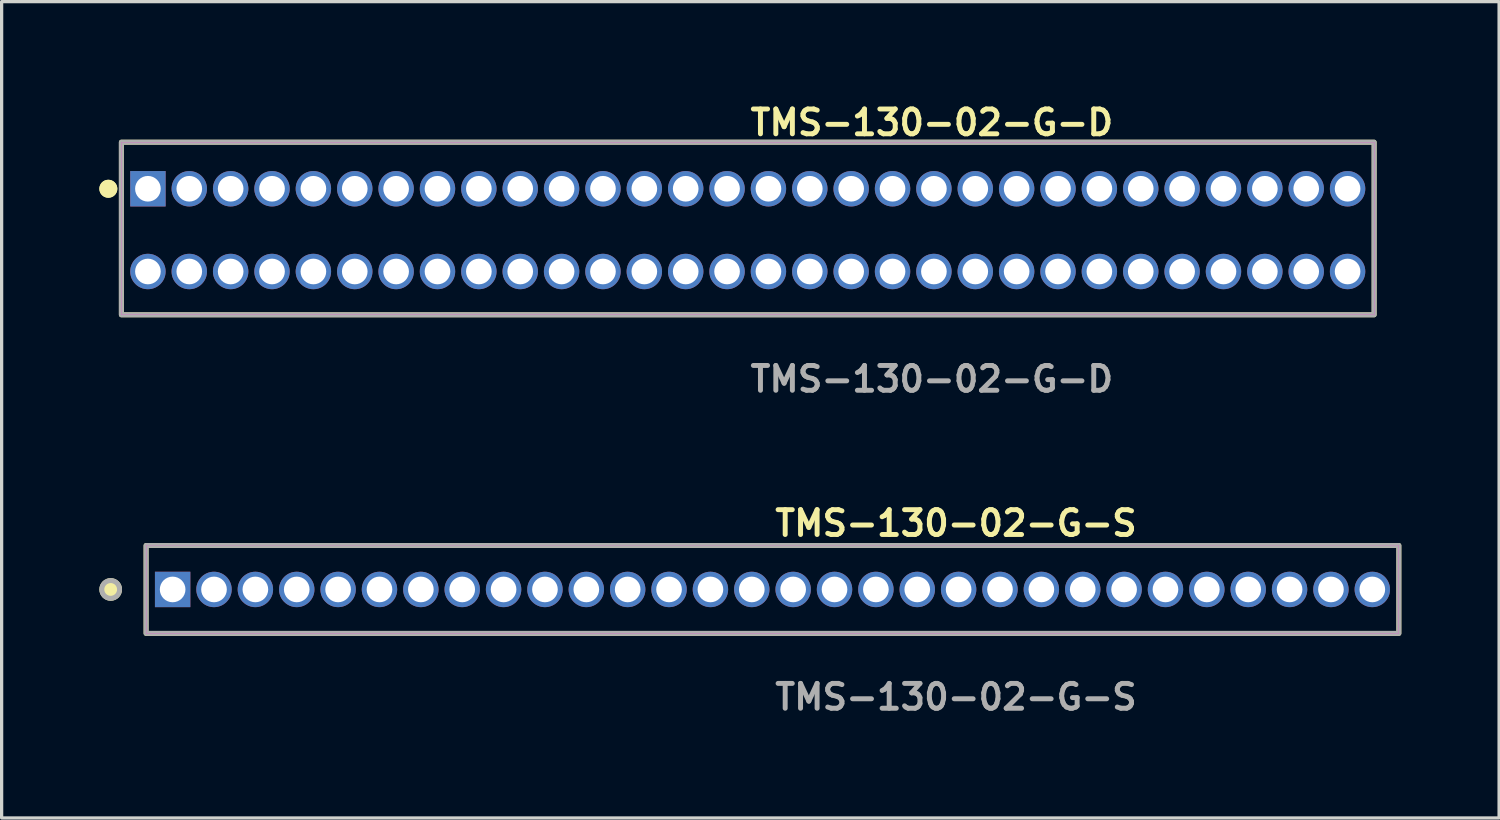
<source format=kicad_pcb>
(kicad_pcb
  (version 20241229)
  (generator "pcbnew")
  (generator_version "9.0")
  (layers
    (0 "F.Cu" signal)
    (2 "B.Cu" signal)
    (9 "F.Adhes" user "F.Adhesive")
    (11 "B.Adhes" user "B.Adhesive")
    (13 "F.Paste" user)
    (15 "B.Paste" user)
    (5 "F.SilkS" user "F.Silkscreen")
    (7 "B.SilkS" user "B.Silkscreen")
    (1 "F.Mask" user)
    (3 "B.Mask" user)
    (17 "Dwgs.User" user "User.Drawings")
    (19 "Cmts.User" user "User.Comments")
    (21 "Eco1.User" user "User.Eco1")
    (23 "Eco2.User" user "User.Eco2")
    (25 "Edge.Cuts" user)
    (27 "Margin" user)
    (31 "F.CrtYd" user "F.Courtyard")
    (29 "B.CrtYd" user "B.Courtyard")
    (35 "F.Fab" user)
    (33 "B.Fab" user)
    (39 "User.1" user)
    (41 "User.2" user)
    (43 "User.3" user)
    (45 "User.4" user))
  (footprint "TMS-130-02-G-D"
    (layer "F.Cu")
    (at 19.906 4.015)
    (property "Reference" "TMS-130-02-G-D" (at 0 -3.302 0) (unlocked yes) (layer "F.SilkS") (effects (font (size 0.762 0.762) (thickness 0.152)) (justify left)))
    (fp_rect (start -19.23 2.6) (end 19.23 -2.7) (stroke (width 0.152) (type solid)) (fill no) (layer "F.SilkS"))
    (fp_circle (center -19.63 -1.27) (end -19.83 -1.27) (stroke (width 0.152) (type solid)) (fill yes) (layer "F.SilkS"))
    (fp_circle (center -19.63 -1.27) (end -19.83 -1.27) (stroke (width 0.152) (type solid)) (fill yes) (layer "F.SilkS"))
    (fp_rect (start -19.23 2.6) (end 19.23 -2.7) (stroke (width 0.006) (type solid)) (fill no) (layer "F.CrtYd"))
    (fp_rect (start -19.23 2.6) (end 19.23 -2.7) (stroke (width 0.152) (type solid)) (fill no) (layer "F.Fab"))
    (fp_text user "${REFERENCE}" (at 0 4.572 0) (unlocked yes) (layer "F.Fab") (effects (font (size 0.762 0.762) (thickness 0.152)) (justify left)))
    (pad "1" thru_hole rect (at -18.415 -1.27) (size 1.087 1.087) (drill 0.787) (layers "*.Cu" "*.Mask"))
    (pad "2" thru_hole circle (at -18.415 1.27) (size 1.087 1.087) (drill 0.787) (layers "*.Cu" "*.Mask"))
    (pad "3" thru_hole circle (at -17.145 -1.27) (size 1.087 1.087) (drill 0.787) (layers "*.Cu" "*.Mask"))
    (pad "4" thru_hole circle (at -17.145 1.27) (size 1.087 1.087) (drill 0.787) (layers "*.Cu" "*.Mask"))
    (pad "5" thru_hole circle (at -15.875 -1.27) (size 1.087 1.087) (drill 0.787) (layers "*.Cu" "*.Mask"))
    (pad "6" thru_hole circle (at -15.875 1.27) (size 1.087 1.087) (drill 0.787) (layers "*.Cu" "*.Mask"))
    (pad "7" thru_hole circle (at -14.605 -1.27) (size 1.087 1.087) (drill 0.787) (layers "*.Cu" "*.Mask"))
    (pad "8" thru_hole circle (at -14.605 1.27) (size 1.087 1.087) (drill 0.787) (layers "*.Cu" "*.Mask"))
    (pad "9" thru_hole circle (at -13.335 -1.27) (size 1.087 1.087) (drill 0.787) (layers "*.Cu" "*.Mask"))
    (pad "10" thru_hole circle (at -13.335 1.27) (size 1.087 1.087) (drill 0.787) (layers "*.Cu" "*.Mask"))
    (pad "11" thru_hole circle (at -12.065 -1.27) (size 1.087 1.087) (drill 0.787) (layers "*.Cu" "*.Mask"))
    (pad "12" thru_hole circle (at -12.065 1.27) (size 1.087 1.087) (drill 0.787) (layers "*.Cu" "*.Mask"))
    (pad "13" thru_hole circle (at -10.795 -1.27) (size 1.087 1.087) (drill 0.787) (layers "*.Cu" "*.Mask"))
    (pad "14" thru_hole circle (at -10.795 1.27) (size 1.087 1.087) (drill 0.787) (layers "*.Cu" "*.Mask"))
    (pad "15" thru_hole circle (at -9.525 -1.27) (size 1.087 1.087) (drill 0.787) (layers "*.Cu" "*.Mask"))
    (pad "16" thru_hole circle (at -9.525 1.27) (size 1.087 1.087) (drill 0.787) (layers "*.Cu" "*.Mask"))
    (pad "17" thru_hole circle (at -8.255 -1.27) (size 1.087 1.087) (drill 0.787) (layers "*.Cu" "*.Mask"))
    (pad "18" thru_hole circle (at -8.255 1.27) (size 1.087 1.087) (drill 0.787) (layers "*.Cu" "*.Mask"))
    (pad "19" thru_hole circle (at -6.985 -1.27) (size 1.087 1.087) (drill 0.787) (layers "*.Cu" "*.Mask"))
    (pad "20" thru_hole circle (at -6.985 1.27) (size 1.087 1.087) (drill 0.787) (layers "*.Cu" "*.Mask"))
    (pad "21" thru_hole circle (at -5.715 -1.27) (size 1.087 1.087) (drill 0.787) (layers "*.Cu" "*.Mask"))
    (pad "22" thru_hole circle (at -5.715 1.27) (size 1.087 1.087) (drill 0.787) (layers "*.Cu" "*.Mask"))
    (pad "23" thru_hole circle (at -4.445 -1.27) (size 1.087 1.087) (drill 0.787) (layers "*.Cu" "*.Mask"))
    (pad "24" thru_hole circle (at -4.445 1.27) (size 1.087 1.087) (drill 0.787) (layers "*.Cu" "*.Mask"))
    (pad "25" thru_hole circle (at -3.175 -1.27) (size 1.087 1.087) (drill 0.787) (layers "*.Cu" "*.Mask"))
    (pad "26" thru_hole circle (at -3.175 1.27) (size 1.087 1.087) (drill 0.787) (layers "*.Cu" "*.Mask"))
    (pad "27" thru_hole circle (at -1.905 -1.27) (size 1.087 1.087) (drill 0.787) (layers "*.Cu" "*.Mask"))
    (pad "28" thru_hole circle (at -1.905 1.27) (size 1.087 1.087) (drill 0.787) (layers "*.Cu" "*.Mask"))
    (pad "29" thru_hole circle (at -0.635 -1.27) (size 1.087 1.087) (drill 0.787) (layers "*.Cu" "*.Mask"))
    (pad "30" thru_hole circle (at -0.635 1.27) (size 1.087 1.087) (drill 0.787) (layers "*.Cu" "*.Mask"))
    (pad "31" thru_hole circle (at 0.635 -1.27) (size 1.087 1.087) (drill 0.787) (layers "*.Cu" "*.Mask"))
    (pad "32" thru_hole circle (at 0.635 1.27) (size 1.087 1.087) (drill 0.787) (layers "*.Cu" "*.Mask"))
    (pad "33" thru_hole circle (at 1.905 -1.27) (size 1.087 1.087) (drill 0.787) (layers "*.Cu" "*.Mask"))
    (pad "34" thru_hole circle (at 1.905 1.27) (size 1.087 1.087) (drill 0.787) (layers "*.Cu" "*.Mask"))
    (pad "35" thru_hole circle (at 3.175 -1.27) (size 1.087 1.087) (drill 0.787) (layers "*.Cu" "*.Mask"))
    (pad "36" thru_hole circle (at 3.175 1.27) (size 1.087 1.087) (drill 0.787) (layers "*.Cu" "*.Mask"))
    (pad "37" thru_hole circle (at 4.445 -1.27) (size 1.087 1.087) (drill 0.787) (layers "*.Cu" "*.Mask"))
    (pad "38" thru_hole circle (at 4.445 1.27) (size 1.087 1.087) (drill 0.787) (layers "*.Cu" "*.Mask"))
    (pad "39" thru_hole circle (at 5.715 -1.27) (size 1.087 1.087) (drill 0.787) (layers "*.Cu" "*.Mask"))
    (pad "40" thru_hole circle (at 5.715 1.27) (size 1.087 1.087) (drill 0.787) (layers "*.Cu" "*.Mask"))
    (pad "41" thru_hole circle (at 6.985 -1.27) (size 1.087 1.087) (drill 0.787) (layers "*.Cu" "*.Mask"))
    (pad "42" thru_hole circle (at 6.985 1.27) (size 1.087 1.087) (drill 0.787) (layers "*.Cu" "*.Mask"))
    (pad "43" thru_hole circle (at 8.255 -1.27) (size 1.087 1.087) (drill 0.787) (layers "*.Cu" "*.Mask"))
    (pad "44" thru_hole circle (at 8.255 1.27) (size 1.087 1.087) (drill 0.787) (layers "*.Cu" "*.Mask"))
    (pad "45" thru_hole circle (at 9.525 -1.27) (size 1.087 1.087) (drill 0.787) (layers "*.Cu" "*.Mask"))
    (pad "46" thru_hole circle (at 9.525 1.27) (size 1.087 1.087) (drill 0.787) (layers "*.Cu" "*.Mask"))
    (pad "47" thru_hole circle (at 10.795 -1.27) (size 1.087 1.087) (drill 0.787) (layers "*.Cu" "*.Mask"))
    (pad "48" thru_hole circle (at 10.795 1.27) (size 1.087 1.087) (drill 0.787) (layers "*.Cu" "*.Mask"))
    (pad "49" thru_hole circle (at 12.065 -1.27) (size 1.087 1.087) (drill 0.787) (layers "*.Cu" "*.Mask"))
    (pad "50" thru_hole circle (at 12.065 1.27) (size 1.087 1.087) (drill 0.787) (layers "*.Cu" "*.Mask"))
    (pad "51" thru_hole circle (at 13.335 -1.27) (size 1.087 1.087) (drill 0.787) (layers "*.Cu" "*.Mask"))
    (pad "52" thru_hole circle (at 13.335 1.27) (size 1.087 1.087) (drill 0.787) (layers "*.Cu" "*.Mask"))
    (pad "53" thru_hole circle (at 14.605 -1.27) (size 1.087 1.087) (drill 0.787) (layers "*.Cu" "*.Mask"))
    (pad "54" thru_hole circle (at 14.605 1.27) (size 1.087 1.087) (drill 0.787) (layers "*.Cu" "*.Mask"))
    (pad "55" thru_hole circle (at 15.875 -1.27) (size 1.087 1.087) (drill 0.787) (layers "*.Cu" "*.Mask"))
    (pad "56" thru_hole circle (at 15.875 1.27) (size 1.087 1.087) (drill 0.787) (layers "*.Cu" "*.Mask"))
    (pad "57" thru_hole circle (at 17.145 -1.27) (size 1.087 1.087) (drill 0.787) (layers "*.Cu" "*.Mask"))
    (pad "58" thru_hole circle (at 17.145 1.27) (size 1.087 1.087) (drill 0.787) (layers "*.Cu" "*.Mask"))
    (pad "59" thru_hole circle (at 18.415 -1.27) (size 1.087 1.087) (drill 0.787) (layers "*.Cu" "*.Mask"))
    (pad "60" thru_hole circle (at 18.415 1.27) (size 1.087 1.087) (drill 0.787) (layers "*.Cu" "*.Mask")))
  (footprint "TMS-130-02-G-S"
    (layer "F.Cu")
    (at 20.665 15.046)
    (property "Reference" "TMS-130-02-G-S" (at 0 -2.032 0) (unlocked yes) (layer "F.SilkS") (effects (font (size 0.762 0.762) (thickness 0.152)) (justify left)))
    (fp_rect (start -19.23 1.35) (end 19.23 -1.35) (stroke (width 0.152) (type solid)) (fill no) (layer "F.SilkS"))
    (fp_circle (center -20.317 0) (end -20.589 0) (stroke (width 0.152) (type solid)) (fill yes) (layer "F.SilkS"))
    (fp_rect (start -19.23 1.35) (end 19.23 -1.35) (stroke (width 0.006) (type solid)) (fill no) (layer "F.CrtYd"))
    (fp_rect (start -19.23 1.35) (end 19.23 -1.35) (stroke (width 0.152) (type solid)) (fill no) (layer "F.Fab"))
    (fp_circle (center -20.317 0) (end -20.589 0) (stroke (width 0.152) (type solid)) (fill no) (layer "F.Fab"))
    (fp_text user "${REFERENCE}" (at 0 3.302 0) (unlocked yes) (layer "F.Fab") (effects (font (size 0.762 0.762) (thickness 0.152)) (justify left)))
    (pad "1" thru_hole rect (at -18.415 0) (size 1.087 1.087) (drill 0.787) (layers "*.Cu" "*.Mask"))
    (pad "2" thru_hole circle (at -17.145 0) (size 1.087 1.087) (drill 0.787) (layers "*.Cu" "*.Mask"))
    (pad "3" thru_hole circle (at -15.875 0) (size 1.087 1.087) (drill 0.787) (layers "*.Cu" "*.Mask"))
    (pad "4" thru_hole circle (at -14.605 0) (size 1.087 1.087) (drill 0.787) (layers "*.Cu" "*.Mask"))
    (pad "5" thru_hole circle (at -13.335 0) (size 1.087 1.087) (drill 0.787) (layers "*.Cu" "*.Mask"))
    (pad "6" thru_hole circle (at -12.065 0) (size 1.087 1.087) (drill 0.787) (layers "*.Cu" "*.Mask"))
    (pad "7" thru_hole circle (at -10.795 0) (size 1.087 1.087) (drill 0.787) (layers "*.Cu" "*.Mask"))
    (pad "8" thru_hole circle (at -9.525 0) (size 1.087 1.087) (drill 0.787) (layers "*.Cu" "*.Mask"))
    (pad "9" thru_hole circle (at -8.255 0) (size 1.087 1.087) (drill 0.787) (layers "*.Cu" "*.Mask"))
    (pad "10" thru_hole circle (at -6.985 0) (size 1.087 1.087) (drill 0.787) (layers "*.Cu" "*.Mask"))
    (pad "11" thru_hole circle (at -5.715 0) (size 1.087 1.087) (drill 0.787) (layers "*.Cu" "*.Mask"))
    (pad "12" thru_hole circle (at -4.445 0) (size 1.087 1.087) (drill 0.787) (layers "*.Cu" "*.Mask"))
    (pad "13" thru_hole circle (at -3.175 0) (size 1.087 1.087) (drill 0.787) (layers "*.Cu" "*.Mask"))
    (pad "14" thru_hole circle (at -1.905 0) (size 1.087 1.087) (drill 0.787) (layers "*.Cu" "*.Mask"))
    (pad "15" thru_hole circle (at -0.635 0) (size 1.087 1.087) (drill 0.787) (layers "*.Cu" "*.Mask"))
    (pad "16" thru_hole circle (at 0.635 0) (size 1.087 1.087) (drill 0.787) (layers "*.Cu" "*.Mask"))
    (pad "17" thru_hole circle (at 1.905 0) (size 1.087 1.087) (drill 0.787) (layers "*.Cu" "*.Mask"))
    (pad "18" thru_hole circle (at 3.175 0) (size 1.087 1.087) (drill 0.787) (layers "*.Cu" "*.Mask"))
    (pad "19" thru_hole circle (at 4.445 0) (size 1.087 1.087) (drill 0.787) (layers "*.Cu" "*.Mask"))
    (pad "20" thru_hole circle (at 5.715 0) (size 1.087 1.087) (drill 0.787) (layers "*.Cu" "*.Mask"))
    (pad "21" thru_hole circle (at 6.985 0) (size 1.087 1.087) (drill 0.787) (layers "*.Cu" "*.Mask"))
    (pad "22" thru_hole circle (at 8.255 0) (size 1.087 1.087) (drill 0.787) (layers "*.Cu" "*.Mask"))
    (pad "23" thru_hole circle (at 9.525 0) (size 1.087 1.087) (drill 0.787) (layers "*.Cu" "*.Mask"))
    (pad "24" thru_hole circle (at 10.795 0) (size 1.087 1.087) (drill 0.787) (layers "*.Cu" "*.Mask"))
    (pad "25" thru_hole circle (at 12.065 0) (size 1.087 1.087) (drill 0.787) (layers "*.Cu" "*.Mask"))
    (pad "26" thru_hole circle (at 13.335 0) (size 1.087 1.087) (drill 0.787) (layers "*.Cu" "*.Mask"))
    (pad "27" thru_hole circle (at 14.605 0) (size 1.087 1.087) (drill 0.787) (layers "*.Cu" "*.Mask"))
    (pad "28" thru_hole circle (at 15.875 0) (size 1.087 1.087) (drill 0.787) (layers "*.Cu" "*.Mask"))
    (pad "29" thru_hole circle (at 17.145 0) (size 1.087 1.087) (drill 0.787) (layers "*.Cu" "*.Mask"))
    (pad "30" thru_hole circle (at 18.415 0) (size 1.087 1.087) (drill 0.787) (layers "*.Cu" "*.Mask")))
  (gr_rect
    (start -3 -3)
    (end 42.972 22.061)
    (stroke (width 0.1) (type default))
    (fill no)
    (layer "Edge.Cuts")))
</source>
